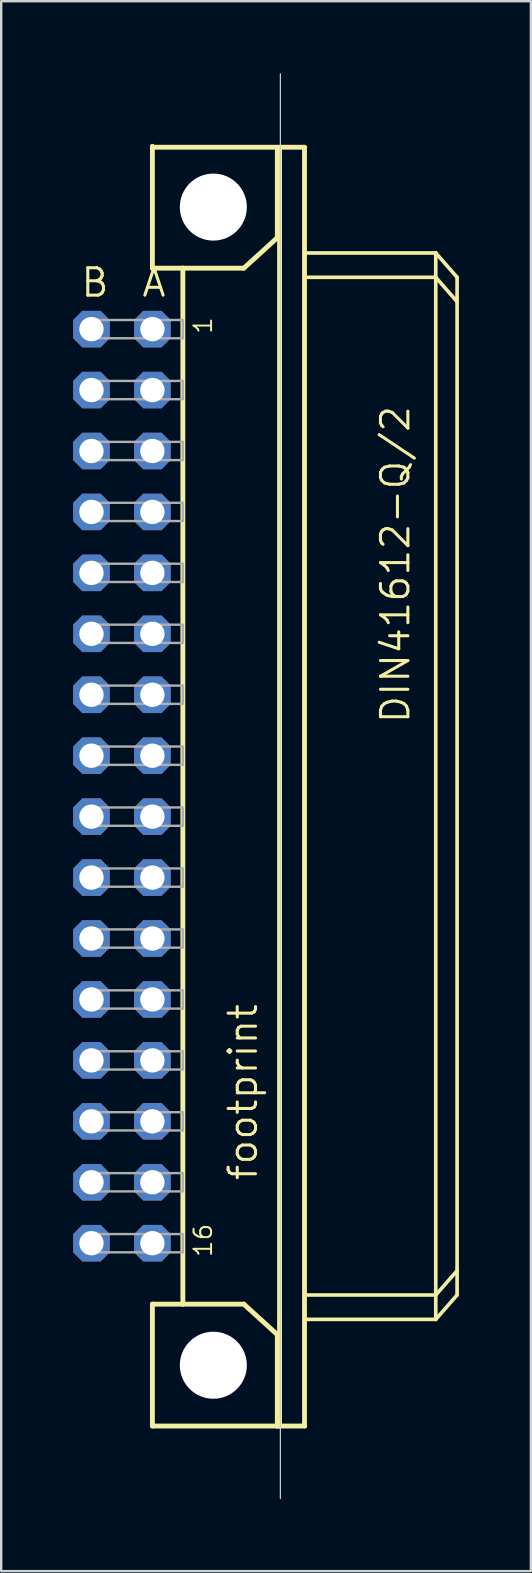
<source format=kicad_pcb>
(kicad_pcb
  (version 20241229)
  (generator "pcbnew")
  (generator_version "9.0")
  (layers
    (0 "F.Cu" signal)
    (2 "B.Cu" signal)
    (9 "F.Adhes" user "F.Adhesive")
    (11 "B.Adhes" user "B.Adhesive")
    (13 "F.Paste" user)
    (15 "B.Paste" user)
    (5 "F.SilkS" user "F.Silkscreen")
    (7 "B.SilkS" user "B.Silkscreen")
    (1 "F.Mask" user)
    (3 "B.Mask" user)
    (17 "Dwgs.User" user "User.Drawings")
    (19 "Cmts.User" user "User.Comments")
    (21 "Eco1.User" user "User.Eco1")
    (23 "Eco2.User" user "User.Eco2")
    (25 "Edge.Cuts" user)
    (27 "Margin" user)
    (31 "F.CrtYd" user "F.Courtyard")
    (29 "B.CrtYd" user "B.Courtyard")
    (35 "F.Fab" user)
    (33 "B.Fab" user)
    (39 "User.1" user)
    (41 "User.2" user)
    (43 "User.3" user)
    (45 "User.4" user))
  (footprint "footprint"
    (layer "F.Cu")
    (at 5.842 29.718)
    (property "Reference" "footprint" (at 1.905 16.51 90) (layer "F.SilkS") (effects (font (size 1.143 1.143) (thickness 0.127)) (justify left bottom)))
    (fp_line (start -2.54 -26.67) (end -2.54 -26.63) (stroke (width 0.203) (type solid)) (layer "F.SilkS"))
    (fp_line (start -2.54 -26.63) (end -2.54 -21.59) (stroke (width 0.203) (type solid)) (layer "F.SilkS"))
    (fp_line (start -2.54 -26.63) (end 3.81 -26.63) (stroke (width 0.203) (type solid)) (layer "F.SilkS"))
    (fp_line (start -2.54 -21.59) (end -1.27 -21.59) (stroke (width 0.203) (type solid)) (layer "F.SilkS"))
    (fp_line (start -2.54 21.59) (end -1.27 21.59) (stroke (width 0.203) (type solid)) (layer "F.SilkS"))
    (fp_line (start -2.54 26.67) (end -2.54 21.59) (stroke (width 0.203) (type solid)) (layer "F.SilkS"))
    (fp_line (start -2.54 26.67) (end 2.667 26.67) (stroke (width 0.203) (type solid)) (layer "F.SilkS"))
    (fp_line (start -1.27 -21.59) (end -1.27 21.59) (stroke (width 0.203) (type solid)) (layer "F.SilkS"))
    (fp_line (start -1.27 -21.59) (end 1.27 -21.59) (stroke (width 0.203) (type solid)) (layer "F.SilkS"))
    (fp_line (start -1.27 21.59) (end 1.27 21.59) (stroke (width 0.203) (type solid)) (layer "F.SilkS"))
    (fp_line (start 1.27 -21.59) (end 2.667 -22.86) (stroke (width 0.203) (type solid)) (layer "F.SilkS"))
    (fp_line (start 1.27 21.59) (end 2.667 22.86) (stroke (width 0.203) (type solid)) (layer "F.SilkS"))
    (fp_line (start 2.667 -22.86) (end 2.667 -26.543) (stroke (width 0.203) (type solid)) (layer "F.SilkS"))
    (fp_line (start 2.667 22.86) (end 2.667 26.67) (stroke (width 0.203) (type solid)) (layer "F.SilkS"))
    (fp_line (start 2.667 26.67) (end 3.81 26.67) (stroke (width 0.203) (type solid)) (layer "F.SilkS"))
    (fp_line (start 2.76 -26.54) (end 2.76 26.667) (stroke (width 0.203) (type solid)) (layer "F.SilkS"))
    (fp_line (start 3.8 26.667) (end 3.8 -26.54) (stroke (width 0.203) (type solid)) (layer "F.SilkS"))
    (fp_line (start 3.81 -22.225) (end 9.271 -22.225) (stroke (width 0.152) (type solid)) (layer "F.SilkS"))
    (fp_line (start 3.937 21.209) (end 9.271 21.209) (stroke (width 0.152) (type solid)) (layer "F.SilkS"))
    (fp_line (start 9.271 -21.209) (end 3.937 -21.209) (stroke (width 0.152) (type solid)) (layer "F.SilkS"))
    (fp_line (start 9.271 -21.209) (end 9.271 -22.225) (stroke (width 0.152) (type solid)) (layer "F.SilkS"))
    (fp_line (start 9.271 21.209) (end 9.271 -21.209) (stroke (width 0.152) (type solid)) (layer "F.SilkS"))
    (fp_line (start 9.271 21.209) (end 10.16 20.193) (stroke (width 0.152) (type solid)) (layer "F.SilkS"))
    (fp_line (start 9.271 22.225) (end 3.81 22.225) (stroke (width 0.152) (type solid)) (layer "F.SilkS"))
    (fp_line (start 9.271 22.225) (end 9.271 21.209) (stroke (width 0.152) (type solid)) (layer "F.SilkS"))
    (fp_line (start 9.271 22.225) (end 10.16 21.209) (stroke (width 0.152) (type solid)) (layer "F.SilkS"))
    (fp_line (start 10.16 -21.209) (end 9.271 -22.225) (stroke (width 0.152) (type solid)) (layer "F.SilkS"))
    (fp_line (start 10.16 -20.193) (end 9.271 -21.209) (stroke (width 0.152) (type solid)) (layer "F.SilkS"))
    (fp_line (start 10.16 -20.193) (end 10.16 -21.209) (stroke (width 0.152) (type solid)) (layer "F.SilkS"))
    (fp_line (start 10.16 20.193) (end 10.16 -20.193) (stroke (width 0.152) (type solid)) (layer "F.SilkS"))
    (fp_line (start 10.16 21.209) (end 10.16 20.193) (stroke (width 0.152) (type solid)) (layer "F.SilkS"))
    (fp_circle (center 0 -24.136) (end 1.27 -24.136) (stroke (width 0.152) (type solid)) (fill no) (layer "F.SilkS"))
    (fp_circle (center 0 24.136) (end 1.27 24.136) (stroke (width 0.152) (type solid)) (fill no) (layer "F.SilkS"))
    (fp_line (start 2.794 29.693) (end 2.794 -29.693) (stroke (width 0.05) (type solid)) (layer "Edge.Cuts"))
    (fp_poly (pts (xy -5.334 -18.669) (xy -1.27 -18.669) (xy -1.27 -19.431) (xy -5.334 -19.431)) (stroke (width 0.1) (type solid)) (fill no) (layer "F.Fab"))
    (fp_poly (pts (xy -5.334 -16.129) (xy -1.27 -16.129) (xy -1.27 -16.891) (xy -5.334 -16.891)) (stroke (width 0.1) (type solid)) (fill no) (layer "F.Fab"))
    (fp_poly (pts (xy -5.334 -13.589) (xy -1.27 -13.589) (xy -1.27 -14.351) (xy -5.334 -14.351)) (stroke (width 0.1) (type solid)) (fill no) (layer "F.Fab"))
    (fp_poly (pts (xy -5.334 -11.049) (xy -1.27 -11.049) (xy -1.27 -11.811) (xy -5.334 -11.811)) (stroke (width 0.1) (type solid)) (fill no) (layer "F.Fab"))
    (fp_poly (pts (xy -5.334 -8.509) (xy -1.27 -8.509) (xy -1.27 -9.271) (xy -5.334 -9.271)) (stroke (width 0.1) (type solid)) (fill no) (layer "F.Fab"))
    (fp_poly (pts (xy -5.334 -5.969) (xy -1.27 -5.969) (xy -1.27 -6.731) (xy -5.334 -6.731)) (stroke (width 0.1) (type solid)) (fill no) (layer "F.Fab"))
    (fp_poly (pts (xy -5.334 -3.429) (xy -1.27 -3.429) (xy -1.27 -4.191) (xy -5.334 -4.191)) (stroke (width 0.1) (type solid)) (fill no) (layer "F.Fab"))
    (fp_poly (pts (xy -5.334 -0.889) (xy -1.27 -0.889) (xy -1.27 -1.651) (xy -5.334 -1.651)) (stroke (width 0.1) (type solid)) (fill no) (layer "F.Fab"))
    (fp_poly (pts (xy -5.334 1.651) (xy -1.27 1.651) (xy -1.27 0.889) (xy -5.334 0.889)) (stroke (width 0.1) (type solid)) (fill no) (layer "F.Fab"))
    (fp_poly (pts (xy -5.334 4.191) (xy -1.27 4.191) (xy -1.27 3.429) (xy -5.334 3.429)) (stroke (width 0.1) (type solid)) (fill no) (layer "F.Fab"))
    (fp_poly (pts (xy -5.334 6.731) (xy -1.27 6.731) (xy -1.27 5.969) (xy -5.334 5.969)) (stroke (width 0.1) (type solid)) (fill no) (layer "F.Fab"))
    (fp_poly (pts (xy -5.334 9.271) (xy -1.27 9.271) (xy -1.27 8.509) (xy -5.334 8.509)) (stroke (width 0.1) (type solid)) (fill no) (layer "F.Fab"))
    (fp_poly (pts (xy -5.334 11.811) (xy -1.27 11.811) (xy -1.27 11.049) (xy -5.334 11.049)) (stroke (width 0.1) (type solid)) (fill no) (layer "F.Fab"))
    (fp_poly (pts (xy -5.334 14.351) (xy -1.27 14.351) (xy -1.27 13.589) (xy -5.334 13.589)) (stroke (width 0.1) (type solid)) (fill no) (layer "F.Fab"))
    (fp_poly (pts (xy -5.334 16.891) (xy -1.27 16.891) (xy -1.27 16.129) (xy -5.334 16.129)) (stroke (width 0.1) (type solid)) (fill no) (layer "F.Fab"))
    (fp_poly (pts (xy -5.334 19.431) (xy -1.27 19.431) (xy -1.27 18.669) (xy -5.334 18.669)) (stroke (width 0.1) (type solid)) (fill no) (layer "F.Fab"))
    (fp_text user "16" (at 0 19.685 90) (layer "F.SilkS") (effects (font (size 0.732 0.732) (thickness 0.081)) (justify left bottom)))
    (fp_text user "B" (at -5.588 -20.32 0) (layer "F.SilkS") (effects (font (size 1.143 1.143) (thickness 0.127)) (justify left bottom)))
    (fp_text user "DIN41612-Q/2" (at 8.255 -2.54 90) (layer "F.SilkS") (effects (font (size 1.143 1.143) (thickness 0.127)) (justify left bottom)))
    (fp_text user "A" (at -3.048 -20.32 0) (layer "F.SilkS") (effects (font (size 1.143 1.143) (thickness 0.127)) (justify left bottom)))
    (fp_text user "1" (at 0 -18.796 90) (layer "F.SilkS") (effects (font (size 0.732 0.732) (thickness 0.081)) (justify left bottom)))
    (pad "" np_thru_hole circle (at 0 -24.136) (size 2.794 2.794) (drill 2.794) (layers "*.Cu" "*.Mask"))
    (pad "" np_thru_hole circle (at 0 24.136) (size 2.794 2.794) (drill 2.794) (layers "*.Cu" "*.Mask"))
    (pad "A1" thru_hole roundrect (at -2.54 -19.05) (size 1.524 1.524) (drill 1.016) (layers "*.Cu" "*.Mask") (roundrect_rratio 0.25) (chamfer_ratio 0.25) (chamfer top_left top_right bottom_left bottom_right))
    (pad "A2" thru_hole roundrect (at -2.54 -16.51) (size 1.524 1.524) (drill 1.016) (layers "*.Cu" "*.Mask") (roundrect_rratio 0.25) (chamfer_ratio 0.25) (chamfer top_left top_right bottom_left bottom_right))
    (pad "A3" thru_hole roundrect (at -2.54 -13.97) (size 1.524 1.524) (drill 1.016) (layers "*.Cu" "*.Mask") (roundrect_rratio 0.25) (chamfer_ratio 0.25) (chamfer top_left top_right bottom_left bottom_right))
    (pad "A4" thru_hole roundrect (at -2.54 -11.43) (size 1.524 1.524) (drill 1.016) (layers "*.Cu" "*.Mask") (roundrect_rratio 0.25) (chamfer_ratio 0.25) (chamfer top_left top_right bottom_left bottom_right))
    (pad "A5" thru_hole roundrect (at -2.54 -8.89) (size 1.524 1.524) (drill 1.016) (layers "*.Cu" "*.Mask") (roundrect_rratio 0.25) (chamfer_ratio 0.25) (chamfer top_left top_right bottom_left bottom_right))
    (pad "A6" thru_hole roundrect (at -2.54 -6.35) (size 1.524 1.524) (drill 1.016) (layers "*.Cu" "*.Mask") (roundrect_rratio 0.25) (chamfer_ratio 0.25) (chamfer top_left top_right bottom_left bottom_right))
    (pad "A7" thru_hole roundrect (at -2.54 -3.81) (size 1.524 1.524) (drill 1.016) (layers "*.Cu" "*.Mask") (roundrect_rratio 0.25) (chamfer_ratio 0.25) (chamfer top_left top_right bottom_left bottom_right))
    (pad "A8" thru_hole roundrect (at -2.54 -1.27) (size 1.524 1.524) (drill 1.016) (layers "*.Cu" "*.Mask") (roundrect_rratio 0.25) (chamfer_ratio 0.25) (chamfer top_left top_right bottom_left bottom_right))
    (pad "A9" thru_hole roundrect (at -2.54 1.27) (size 1.524 1.524) (drill 1.016) (layers "*.Cu" "*.Mask") (roundrect_rratio 0.25) (chamfer_ratio 0.25) (chamfer top_left top_right bottom_left bottom_right))
    (pad "A10" thru_hole roundrect (at -2.54 3.81) (size 1.524 1.524) (drill 1.016) (layers "*.Cu" "*.Mask") (roundrect_rratio 0.25) (chamfer_ratio 0.25) (chamfer top_left top_right bottom_left bottom_right))
    (pad "A11" thru_hole roundrect (at -2.54 6.35) (size 1.524 1.524) (drill 1.016) (layers "*.Cu" "*.Mask") (roundrect_rratio 0.25) (chamfer_ratio 0.25) (chamfer top_left top_right bottom_left bottom_right))
    (pad "A12" thru_hole roundrect (at -2.54 8.89) (size 1.524 1.524) (drill 1.016) (layers "*.Cu" "*.Mask") (roundrect_rratio 0.25) (chamfer_ratio 0.25) (chamfer top_left top_right bottom_left bottom_right))
    (pad "A13" thru_hole roundrect (at -2.54 11.43) (size 1.524 1.524) (drill 1.016) (layers "*.Cu" "*.Mask") (roundrect_rratio 0.25) (chamfer_ratio 0.25) (chamfer top_left top_right bottom_left bottom_right))
    (pad "A14" thru_hole roundrect (at -2.54 13.97) (size 1.524 1.524) (drill 1.016) (layers "*.Cu" "*.Mask") (roundrect_rratio 0.25) (chamfer_ratio 0.25) (chamfer top_left top_right bottom_left bottom_right))
    (pad "A15" thru_hole roundrect (at -2.54 16.51) (size 1.524 1.524) (drill 1.016) (layers "*.Cu" "*.Mask") (roundrect_rratio 0.25) (chamfer_ratio 0.25) (chamfer top_left top_right bottom_left bottom_right))
    (pad "A16" thru_hole roundrect (at -2.54 19.05) (size 1.524 1.524) (drill 1.016) (layers "*.Cu" "*.Mask") (roundrect_rratio 0.25) (chamfer_ratio 0.25) (chamfer top_left top_right bottom_left bottom_right))
    (pad "B1" thru_hole roundrect (at -5.08 -19.05) (size 1.524 1.524) (drill 1.016) (layers "*.Cu" "*.Mask") (roundrect_rratio 0.25) (chamfer_ratio 0.25) (chamfer top_left top_right bottom_left bottom_right))
    (pad "B2" thru_hole roundrect (at -5.08 -16.51) (size 1.524 1.524) (drill 1.016) (layers "*.Cu" "*.Mask") (roundrect_rratio 0.25) (chamfer_ratio 0.25) (chamfer top_left top_right bottom_left bottom_right))
    (pad "B3" thru_hole roundrect (at -5.08 -13.97) (size 1.524 1.524) (drill 1.016) (layers "*.Cu" "*.Mask") (roundrect_rratio 0.25) (chamfer_ratio 0.25) (chamfer top_left top_right bottom_left bottom_right))
    (pad "B4" thru_hole roundrect (at -5.08 -11.43) (size 1.524 1.524) (drill 1.016) (layers "*.Cu" "*.Mask") (roundrect_rratio 0.25) (chamfer_ratio 0.25) (chamfer top_left top_right bottom_left bottom_right))
    (pad "B5" thru_hole roundrect (at -5.08 -8.89) (size 1.524 1.524) (drill 1.016) (layers "*.Cu" "*.Mask") (roundrect_rratio 0.25) (chamfer_ratio 0.25) (chamfer top_left top_right bottom_left bottom_right))
    (pad "B6" thru_hole roundrect (at -5.08 -6.35) (size 1.524 1.524) (drill 1.016) (layers "*.Cu" "*.Mask") (roundrect_rratio 0.25) (chamfer_ratio 0.25) (chamfer top_left top_right bottom_left bottom_right))
    (pad "B7" thru_hole roundrect (at -5.08 -3.81) (size 1.524 1.524) (drill 1.016) (layers "*.Cu" "*.Mask") (roundrect_rratio 0.25) (chamfer_ratio 0.25) (chamfer top_left top_right bottom_left bottom_right))
    (pad "B8" thru_hole roundrect (at -5.08 -1.27) (size 1.524 1.524) (drill 1.016) (layers "*.Cu" "*.Mask") (roundrect_rratio 0.25) (chamfer_ratio 0.25) (chamfer top_left top_right bottom_left bottom_right))
    (pad "B9" thru_hole roundrect (at -5.08 1.27) (size 1.524 1.524) (drill 1.016) (layers "*.Cu" "*.Mask") (roundrect_rratio 0.25) (chamfer_ratio 0.25) (chamfer top_left top_right bottom_left bottom_right))
    (pad "B10" thru_hole roundrect (at -5.08 3.81) (size 1.524 1.524) (drill 1.016) (layers "*.Cu" "*.Mask") (roundrect_rratio 0.25) (chamfer_ratio 0.25) (chamfer top_left top_right bottom_left bottom_right))
    (pad "B11" thru_hole roundrect (at -5.08 6.35) (size 1.524 1.524) (drill 1.016) (layers "*.Cu" "*.Mask") (roundrect_rratio 0.25) (chamfer_ratio 0.25) (chamfer top_left top_right bottom_left bottom_right))
    (pad "B12" thru_hole roundrect (at -5.08 8.89) (size 1.524 1.524) (drill 1.016) (layers "*.Cu" "*.Mask") (roundrect_rratio 0.25) (chamfer_ratio 0.25) (chamfer top_left top_right bottom_left bottom_right))
    (pad "B13" thru_hole roundrect (at -5.08 11.43) (size 1.524 1.524) (drill 1.016) (layers "*.Cu" "*.Mask") (roundrect_rratio 0.25) (chamfer_ratio 0.25) (chamfer top_left top_right bottom_left bottom_right))
    (pad "B14" thru_hole roundrect (at -5.08 13.97) (size 1.524 1.524) (drill 1.016) (layers "*.Cu" "*.Mask") (roundrect_rratio 0.25) (chamfer_ratio 0.25) (chamfer top_left top_right bottom_left bottom_right))
    (pad "B15" thru_hole roundrect (at -5.08 16.51) (size 1.524 1.524) (drill 1.016) (layers "*.Cu" "*.Mask") (roundrect_rratio 0.25) (chamfer_ratio 0.25) (chamfer top_left top_right bottom_left bottom_right))
    (pad "B16" thru_hole roundrect (at -5.08 19.05) (size 1.524 1.524) (drill 1.016) (layers "*.Cu" "*.Mask") (roundrect_rratio 0.25) (chamfer_ratio 0.25) (chamfer top_left top_right bottom_left bottom_right))
    (zone (net_name "") (layers "F.Cu" "B.Cu") (hatch edge 0.508) (connect_pads) (min_thickness 0.254) (filled_areas_thickness no) (keepout (tracks allowed) (vias not_allowed) (pads allowed) (copperpour allowed) (footprints allowed)) (placement (enabled no)) (fill) (polygon (pts (xy 9.017 5.581) (xy 8.969 5.03) (xy 8.826 4.495) (xy 8.592 3.994) (xy 8.274 3.54) (xy 7.883 3.149) (xy 7.429 2.832) (xy 6.928 2.598) (xy 6.393 2.454) (xy 5.842 2.406) (xy 5.291 2.454) (xy 4.756 2.598) (xy 4.255 2.832) (xy 3.801 3.149) (xy 3.41 3.54) (xy 3.092 3.994) (xy 2.858 4.495) (xy 2.715 5.03) (xy 2.667 5.581) (xy 2.715 6.133) (xy 2.858 6.667) (xy 3.092 7.169) (xy 3.41 7.622) (xy 3.801 8.013) (xy 4.255 8.331) (xy 4.756 8.565) (xy 5.291 8.708) (xy 5.842 8.756) (xy 6.393 8.708) (xy 6.928 8.565) (xy 7.429 8.331) (xy 7.883 8.013) (xy 8.274 7.622) (xy 8.592 7.169) (xy 8.826 6.667) (xy 8.969 6.133))) (polygon (pts (xy 7.239 5.581) (xy 7.218 5.339) (xy 7.155 5.103) (xy 7.052 4.883) (xy 6.912 4.683) (xy 6.74 4.511) (xy 6.54 4.371) (xy 6.32 4.268) (xy 6.085 4.205) (xy 5.842 4.184) (xy 5.599 4.205) (xy 5.364 4.268) (xy 5.144 4.371) (xy 4.944 4.511) (xy 4.772 4.683) (xy 4.632 4.883) (xy 4.529 5.103) (xy 4.466 5.339) (xy 4.445 5.581) (xy 4.466 5.824) (xy 4.529 6.059) (xy 4.632 6.28) (xy 4.772 6.479) (xy 4.944 6.651) (xy 5.144 6.791) (xy 5.364 6.894) (xy 5.599 6.957) (xy 5.842 6.978) (xy 6.085 6.957) (xy 6.32 6.894) (xy 6.54 6.791) (xy 6.74 6.651) (xy 6.912 6.479) (xy 7.052 6.28) (xy 7.155 6.059) (xy 7.218 5.824))))
    (zone (net_name "") (layers "F.Cu" "B.Cu") (hatch edge 0.508) (connect_pads) (min_thickness 0.254) (filled_areas_thickness no) (keepout (tracks allowed) (vias not_allowed) (pads allowed) (copperpour allowed) (footprints allowed)) (placement (enabled no)) (fill) (polygon (pts (xy 9.017 53.854) (xy 8.969 53.303) (xy 8.826 52.768) (xy 8.592 52.267) (xy 8.274 51.813) (xy 7.883 51.422) (xy 7.429 51.104) (xy 6.928 50.87) (xy 6.393 50.727) (xy 5.842 50.679) (xy 5.291 50.727) (xy 4.756 50.87) (xy 4.255 51.104) (xy 3.801 51.422) (xy 3.41 51.813) (xy 3.092 52.267) (xy 2.858 52.768) (xy 2.715 53.303) (xy 2.667 53.854) (xy 2.715 54.405) (xy 2.858 54.94) (xy 3.092 55.441) (xy 3.41 55.895) (xy 3.801 56.286) (xy 4.255 56.604) (xy 4.756 56.838) (xy 5.291 56.981) (xy 5.842 57.029) (xy 6.393 56.981) (xy 6.928 56.838) (xy 7.429 56.604) (xy 7.883 56.286) (xy 8.274 55.895) (xy 8.592 55.441) (xy 8.826 54.94) (xy 8.969 54.405))) (polygon (pts (xy 7.239 53.854) (xy 7.218 53.611) (xy 7.155 53.376) (xy 7.052 53.156) (xy 6.912 52.956) (xy 6.74 52.784) (xy 6.54 52.644) (xy 6.32 52.541) (xy 6.085 52.478) (xy 5.842 52.457) (xy 5.599 52.478) (xy 5.364 52.541) (xy 5.144 52.644) (xy 4.944 52.784) (xy 4.772 52.956) (xy 4.632 53.156) (xy 4.529 53.376) (xy 4.466 53.611) (xy 4.445 53.854) (xy 4.466 54.097) (xy 4.529 54.332) (xy 4.632 54.553) (xy 4.772 54.752) (xy 4.944 54.924) (xy 5.144 55.064) (xy 5.364 55.167) (xy 5.599 55.23) (xy 5.842 55.251) (xy 6.085 55.23) (xy 6.32 55.167) (xy 6.54 55.064) (xy 6.74 54.924) (xy 6.912 54.752) (xy 7.052 54.553) (xy 7.155 54.332) (xy 7.218 54.097))))
    (zone (net_name "") (layer "B.Cu") (hatch edge 0.508) (connect_pads) (min_thickness 0.254) (filled_areas_thickness no) (keepout (tracks not_allowed) (vias not_allowed) (pads not_allowed) (copperpour not_allowed) (footprints allowed)) (placement (enabled no)) (fill) (polygon (pts (xy 9.017 5.581) (xy 8.969 5.03) (xy 8.826 4.495) (xy 8.592 3.994) (xy 8.274 3.54) (xy 7.883 3.149) (xy 7.429 2.832) (xy 6.928 2.598) (xy 6.393 2.454) (xy 5.842 2.406) (xy 5.291 2.454) (xy 4.756 2.598) (xy 4.255 2.832) (xy 3.801 3.149) (xy 3.41 3.54) (xy 3.092 3.994) (xy 2.858 4.495) (xy 2.715 5.03) (xy 2.667 5.581) (xy 2.715 6.133) (xy 2.858 6.667) (xy 3.092 7.169) (xy 3.41 7.622) (xy 3.801 8.013) (xy 4.255 8.331) (xy 4.756 8.565) (xy 5.291 8.708) (xy 5.842 8.756) (xy 6.393 8.708) (xy 6.928 8.565) (xy 7.429 8.331) (xy 7.883 8.013) (xy 8.274 7.622) (xy 8.592 7.169) (xy 8.826 6.667) (xy 8.969 6.133))) (polygon (pts (xy 7.239 5.581) (xy 7.218 5.339) (xy 7.155 5.103) (xy 7.052 4.883) (xy 6.912 4.683) (xy 6.74 4.511) (xy 6.54 4.371) (xy 6.32 4.268) (xy 6.085 4.205) (xy 5.842 4.184) (xy 5.599 4.205) (xy 5.364 4.268) (xy 5.144 4.371) (xy 4.944 4.511) (xy 4.772 4.683) (xy 4.632 4.883) (xy 4.529 5.103) (xy 4.466 5.339) (xy 4.445 5.581) (xy 4.466 5.824) (xy 4.529 6.059) (xy 4.632 6.28) (xy 4.772 6.479) (xy 4.944 6.651) (xy 5.144 6.791) (xy 5.364 6.894) (xy 5.599 6.957) (xy 5.842 6.978) (xy 6.085 6.957) (xy 6.32 6.894) (xy 6.54 6.791) (xy 6.74 6.651) (xy 6.912 6.479) (xy 7.052 6.28) (xy 7.155 6.059) (xy 7.218 5.824))))
    (zone (net_name "") (layer "B.Cu") (hatch edge 0.508) (connect_pads) (min_thickness 0.254) (filled_areas_thickness no) (keepout (tracks not_allowed) (vias not_allowed) (pads not_allowed) (copperpour not_allowed) (footprints allowed)) (placement (enabled no)) (fill) (polygon (pts (xy 9.017 53.854) (xy 8.969 53.303) (xy 8.826 52.768) (xy 8.592 52.267) (xy 8.274 51.813) (xy 7.883 51.422) (xy 7.429 51.104) (xy 6.928 50.87) (xy 6.393 50.727) (xy 5.842 50.679) (xy 5.291 50.727) (xy 4.756 50.87) (xy 4.255 51.104) (xy 3.801 51.422) (xy 3.41 51.813) (xy 3.092 52.267) (xy 2.858 52.768) (xy 2.715 53.303) (xy 2.667 53.854) (xy 2.715 54.405) (xy 2.858 54.94) (xy 3.092 55.441) (xy 3.41 55.895) (xy 3.801 56.286) (xy 4.255 56.604) (xy 4.756 56.838) (xy 5.291 56.981) (xy 5.842 57.029) (xy 6.393 56.981) (xy 6.928 56.838) (xy 7.429 56.604) (xy 7.883 56.286) (xy 8.274 55.895) (xy 8.592 55.441) (xy 8.826 54.94) (xy 8.969 54.405))) (polygon (pts (xy 7.239 53.854) (xy 7.218 53.611) (xy 7.155 53.376) (xy 7.052 53.156) (xy 6.912 52.956) (xy 6.74 52.784) (xy 6.54 52.644) (xy 6.32 52.541) (xy 6.085 52.478) (xy 5.842 52.457) (xy 5.599 52.478) (xy 5.364 52.541) (xy 5.144 52.644) (xy 4.944 52.784) (xy 4.772 52.956) (xy 4.632 53.156) (xy 4.529 53.376) (xy 4.466 53.611) (xy 4.445 53.854) (xy 4.466 54.097) (xy 4.529 54.332) (xy 4.632 54.553) (xy 4.772 54.752) (xy 4.944 54.924) (xy 5.144 55.064) (xy 5.364 55.167) (xy 5.599 55.23) (xy 5.842 55.251) (xy 6.085 55.23) (xy 6.32 55.167) (xy 6.54 55.064) (xy 6.74 54.924) (xy 6.912 54.752) (xy 7.052 54.553) (xy 7.155 54.332) (xy 7.218 54.097)))))
  (gr_rect
    (start -3 -3)
    (end 19.078 62.435)
    (stroke (width 0.1) (type default))
    (fill no)
    (layer "Edge.Cuts")))
</source>
